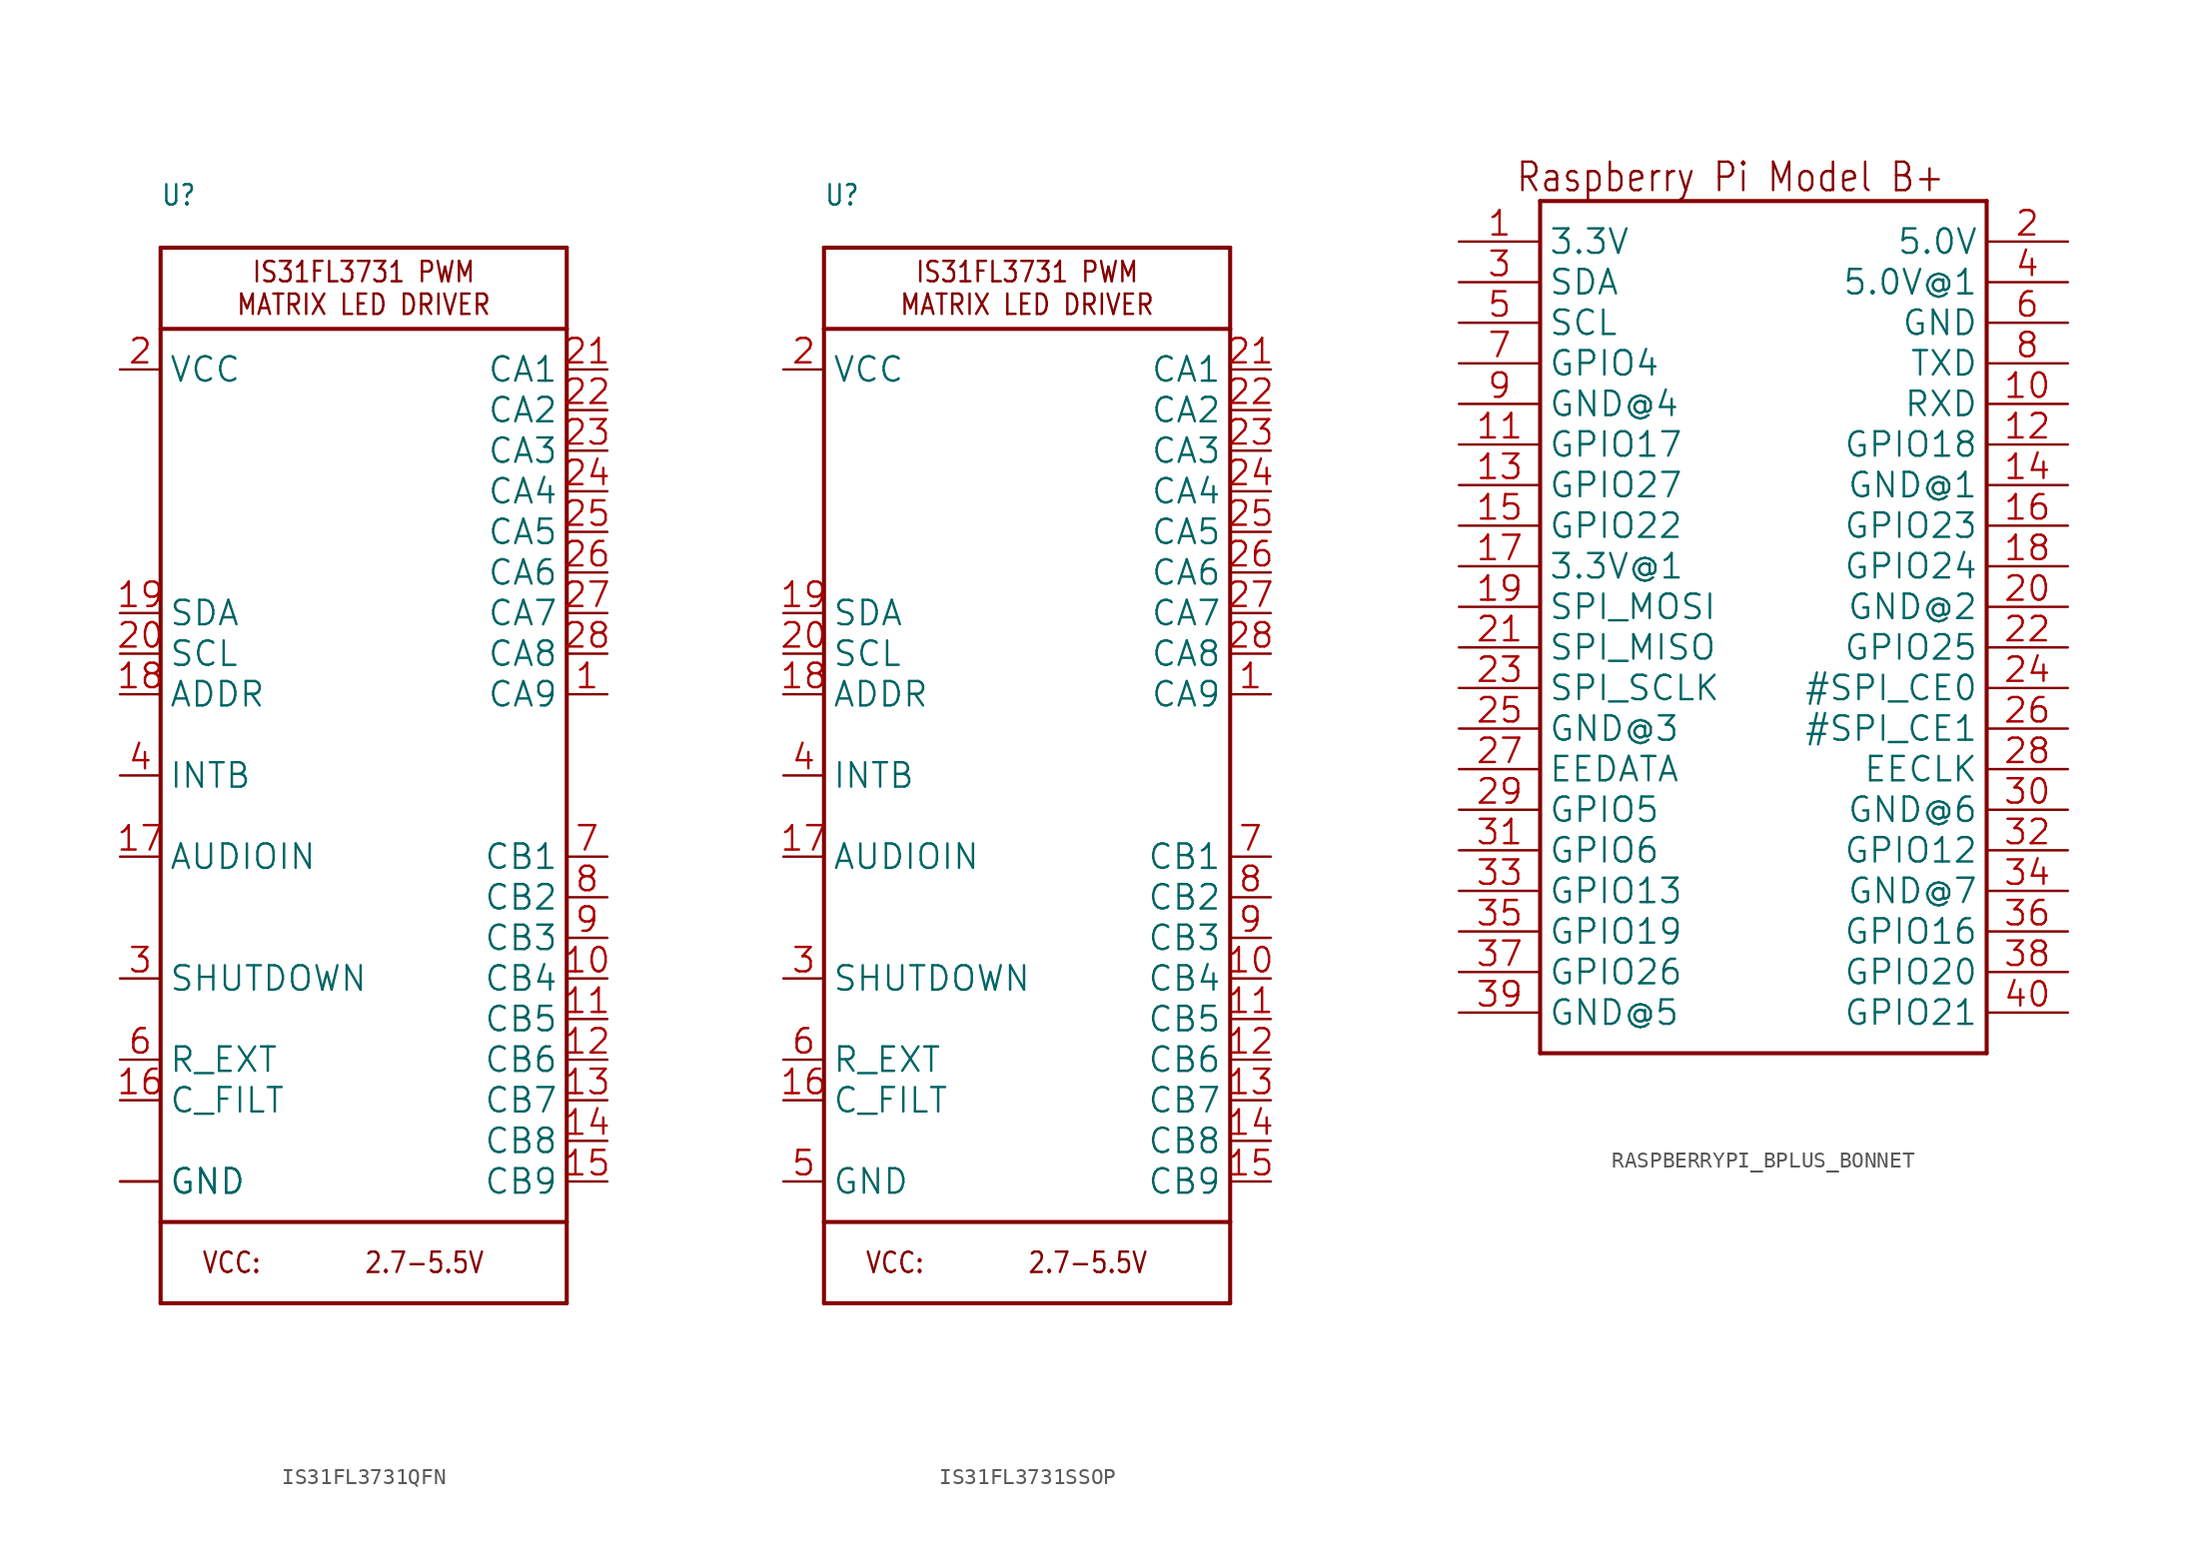
<source format=kicad_sym>
(kicad_symbol_lib
  (version 20241209)
  (generator "kicad_symbol_editor")
  (generator_version "9.0")
  (symbol "IS31FL3731QFN"
    (property "Reference" "U"
      (at -12.7 35.56 0)
      (effects (font (size 1.27 1.079)) (justify left bottom)))
    (property "Value" ""
      (at -12.7 -35.56 0)
      (effects (font (size 1.27 1.079)) (justify left bottom)))
    (property "ki_locked" ""
      (at 0 0 0)
      (effects (font (size 1.27 1.27))))
    (symbol "IS31FL3731QFN_1_0"
      (polyline (pts (xy -12.7 33.02) (xy -12.7 27.94)) (stroke (width 0.254) (type solid)) (fill (type none)))
      (polyline (pts (xy -12.7 33.02) (xy 12.7 33.02)) (stroke (width 0.254) (type solid)) (fill (type none)))
      (polyline (pts (xy -12.7 27.94) (xy 12.7 27.94)) (stroke (width 0.254) (type solid)) (fill (type none)))
      (polyline (pts (xy -12.7 -27.94) (xy -12.7 27.94)) (stroke (width 0.254) (type solid)) (fill (type none)))
      (polyline (pts (xy -12.7 -27.94) (xy -12.7 -33.02)) (stroke (width 0.254) (type solid)) (fill (type none)))
      (polyline (pts (xy 12.7 33.02) (xy 12.7 27.94)) (stroke (width 0.254) (type solid)) (fill (type none)))
      (polyline (pts (xy 12.7 27.94) (xy 12.7 -27.94)) (stroke (width 0.254) (type solid)) (fill (type none)))
      (polyline (pts (xy 12.7 -27.94) (xy -12.7 -27.94)) (stroke (width 0.254) (type solid)) (fill (type none)))
      (polyline (pts (xy 12.7 -27.94) (xy 12.7 -33.02)) (stroke (width 0.254) (type solid)) (fill (type none)))
      (polyline (pts (xy 12.7 -33.02) (xy -12.7 -33.02)) (stroke (width 0.254) (type solid)) (fill (type none)))
      (text "VCC:" (at -10.16 -30.48 0) (effects (font (size 1.27 1.079)) (justify left)))
      (text "IS31FL3731 PWM\nMATRIX LED DRIVER" (at 0 30.48 0) (effects (font (size 1.27 1.079))))
      (text "2.7-5.5V" (at 0 -30.48 0) (effects (font (size 1.27 1.079)) (justify left)))
      (pin power_in line (at -15.24 25.4 0) (length 2.54) (name "VCC" (effects (font (size 1.524 1.524)))) (number "2" (effects (font (size 1.524 1.524)))))
      (pin bidirectional line (at -15.24 10.16 0) (length 2.54) (name "SDA" (effects (font (size 1.524 1.524)))) (number "19" (effects (font (size 1.524 1.524)))))
      (pin bidirectional line (at -15.24 7.62 0) (length 2.54) (name "SCL" (effects (font (size 1.524 1.524)))) (number "20" (effects (font (size 1.524 1.524)))))
      (pin bidirectional line (at -15.24 5.08 0) (length 2.54) (name "ADDR" (effects (font (size 1.524 1.524)))) (number "18" (effects (font (size 1.524 1.524)))))
      (pin output line (at -15.24 0 0) (length 2.54) (name "INTB" (effects (font (size 1.524 1.524)))) (number "4" (effects (font (size 1.524 1.524)))))
      (pin input line (at -15.24 -5.08 0) (length 2.54) (name "AUDIOIN" (effects (font (size 1.524 1.524)))) (number "17" (effects (font (size 1.524 1.524)))))
      (pin input line (at -15.24 -12.7 0) (length 2.54) (name "SHUTDOWN" (effects (font (size 1.524 1.524)))) (number "3" (effects (font (size 1.524 1.524)))))
      (pin bidirectional line (at -15.24 -17.78 0) (length 2.54) (name "R_EXT" (effects (font (size 1.524 1.524)))) (number "6" (effects (font (size 1.524 1.524)))))
      (pin bidirectional line (at -15.24 -20.32 0) (length 2.54) (name "C_FILT" (effects (font (size 1.524 1.524)))) (number "16" (effects (font (size 1.524 1.524)))))
      (pin power_in line (at -15.24 -25.4 0) (length 2.54) (name "GND" (effects (font (size 1.524 1.524)))) (number "5" (effects (font (size 0 0)))))
      (pin power_in line (at -15.24 -25.4 0) (length 2.54) (name "GND" (effects (font (size 1.524 1.524)))) (number "THERMAL" (effects (font (size 0 0)))))
      (pin bidirectional line (at 15.24 25.4 180) (length 2.54) (name "CA1" (effects (font (size 1.524 1.524)))) (number "21" (effects (font (size 1.524 1.524)))))
      (pin bidirectional line (at 15.24 22.86 180) (length 2.54) (name "CA2" (effects (font (size 1.524 1.524)))) (number "22" (effects (font (size 1.524 1.524)))))
      (pin bidirectional line (at 15.24 20.32 180) (length 2.54) (name "CA3" (effects (font (size 1.524 1.524)))) (number "23" (effects (font (size 1.524 1.524)))))
      (pin bidirectional line (at 15.24 17.78 180) (length 2.54) (name "CA4" (effects (font (size 1.524 1.524)))) (number "24" (effects (font (size 1.524 1.524)))))
      (pin bidirectional line (at 15.24 15.24 180) (length 2.54) (name "CA5" (effects (font (size 1.524 1.524)))) (number "25" (effects (font (size 1.524 1.524)))))
      (pin bidirectional line (at 15.24 12.7 180) (length 2.54) (name "CA6" (effects (font (size 1.524 1.524)))) (number "26" (effects (font (size 1.524 1.524)))))
      (pin bidirectional line (at 15.24 10.16 180) (length 2.54) (name "CA7" (effects (font (size 1.524 1.524)))) (number "27" (effects (font (size 1.524 1.524)))))
      (pin bidirectional line (at 15.24 7.62 180) (length 2.54) (name "CA8" (effects (font (size 1.524 1.524)))) (number "28" (effects (font (size 1.524 1.524)))))
      (pin bidirectional line (at 15.24 5.08 180) (length 2.54) (name "CA9" (effects (font (size 1.524 1.524)))) (number "1" (effects (font (size 1.524 1.524)))))
      (pin bidirectional line (at 15.24 -5.08 180) (length 2.54) (name "CB1" (effects (font (size 1.524 1.524)))) (number "7" (effects (font (size 1.524 1.524)))))
      (pin bidirectional line (at 15.24 -7.62 180) (length 2.54) (name "CB2" (effects (font (size 1.524 1.524)))) (number "8" (effects (font (size 1.524 1.524)))))
      (pin bidirectional line (at 15.24 -10.16 180) (length 2.54) (name "CB3" (effects (font (size 1.524 1.524)))) (number "9" (effects (font (size 1.524 1.524)))))
      (pin bidirectional line (at 15.24 -12.7 180) (length 2.54) (name "CB4" (effects (font (size 1.524 1.524)))) (number "10" (effects (font (size 1.524 1.524)))))
      (pin bidirectional line (at 15.24 -15.24 180) (length 2.54) (name "CB5" (effects (font (size 1.524 1.524)))) (number "11" (effects (font (size 1.524 1.524)))))
      (pin bidirectional line (at 15.24 -17.78 180) (length 2.54) (name "CB6" (effects (font (size 1.524 1.524)))) (number "12" (effects (font (size 1.524 1.524)))))
      (pin bidirectional line (at 15.24 -20.32 180) (length 2.54) (name "CB7" (effects (font (size 1.524 1.524)))) (number "13" (effects (font (size 1.524 1.524)))))
      (pin bidirectional line (at 15.24 -22.86 180) (length 2.54) (name "CB8" (effects (font (size 1.524 1.524)))) (number "14" (effects (font (size 1.524 1.524)))))
      (pin bidirectional line (at 15.24 -25.4 180) (length 2.54) (name "CB9" (effects (font (size 1.524 1.524)))) (number "15" (effects (font (size 1.524 1.524)))))))
  (symbol "IS31FL3731SSOP"
    (property "Reference" "U"
      (at -12.7 35.56 0)
      (effects (font (size 1.27 1.079)) (justify left bottom)))
    (property "Value" ""
      (at -12.7 -35.56 0)
      (effects (font (size 1.27 1.079)) (justify left bottom)))
    (property "ki_locked" ""
      (at 0 0 0)
      (effects (font (size 1.27 1.27))))
    (symbol "IS31FL3731SSOP_1_0"
      (polyline (pts (xy -12.7 33.02) (xy -12.7 27.94)) (stroke (width 0.254) (type solid)) (fill (type none)))
      (polyline (pts (xy -12.7 33.02) (xy 12.7 33.02)) (stroke (width 0.254) (type solid)) (fill (type none)))
      (polyline (pts (xy -12.7 27.94) (xy 12.7 27.94)) (stroke (width 0.254) (type solid)) (fill (type none)))
      (polyline (pts (xy -12.7 -27.94) (xy -12.7 27.94)) (stroke (width 0.254) (type solid)) (fill (type none)))
      (polyline (pts (xy -12.7 -27.94) (xy -12.7 -33.02)) (stroke (width 0.254) (type solid)) (fill (type none)))
      (polyline (pts (xy 12.7 33.02) (xy 12.7 27.94)) (stroke (width 0.254) (type solid)) (fill (type none)))
      (polyline (pts (xy 12.7 27.94) (xy 12.7 -27.94)) (stroke (width 0.254) (type solid)) (fill (type none)))
      (polyline (pts (xy 12.7 -27.94) (xy -12.7 -27.94)) (stroke (width 0.254) (type solid)) (fill (type none)))
      (polyline (pts (xy 12.7 -27.94) (xy 12.7 -33.02)) (stroke (width 0.254) (type solid)) (fill (type none)))
      (polyline (pts (xy 12.7 -33.02) (xy -12.7 -33.02)) (stroke (width 0.254) (type solid)) (fill (type none)))
      (text "VCC:" (at -10.16 -30.48 0) (effects (font (size 1.27 1.079)) (justify left)))
      (text "IS31FL3731 PWM\nMATRIX LED DRIVER" (at 0 30.48 0) (effects (font (size 1.27 1.079))))
      (text "2.7-5.5V" (at 0 -30.48 0) (effects (font (size 1.27 1.079)) (justify left)))
      (pin power_in line (at -15.24 25.4 0) (length 2.54) (name "VCC" (effects (font (size 1.524 1.524)))) (number "2" (effects (font (size 1.524 1.524)))))
      (pin bidirectional line (at -15.24 10.16 0) (length 2.54) (name "SDA" (effects (font (size 1.524 1.524)))) (number "19" (effects (font (size 1.524 1.524)))))
      (pin bidirectional line (at -15.24 7.62 0) (length 2.54) (name "SCL" (effects (font (size 1.524 1.524)))) (number "20" (effects (font (size 1.524 1.524)))))
      (pin bidirectional line (at -15.24 5.08 0) (length 2.54) (name "ADDR" (effects (font (size 1.524 1.524)))) (number "18" (effects (font (size 1.524 1.524)))))
      (pin output line (at -15.24 0 0) (length 2.54) (name "INTB" (effects (font (size 1.524 1.524)))) (number "4" (effects (font (size 1.524 1.524)))))
      (pin input line (at -15.24 -5.08 0) (length 2.54) (name "AUDIOIN" (effects (font (size 1.524 1.524)))) (number "17" (effects (font (size 1.524 1.524)))))
      (pin input line (at -15.24 -12.7 0) (length 2.54) (name "SHUTDOWN" (effects (font (size 1.524 1.524)))) (number "3" (effects (font (size 1.524 1.524)))))
      (pin bidirectional line (at -15.24 -17.78 0) (length 2.54) (name "R_EXT" (effects (font (size 1.524 1.524)))) (number "6" (effects (font (size 1.524 1.524)))))
      (pin bidirectional line (at -15.24 -20.32 0) (length 2.54) (name "C_FILT" (effects (font (size 1.524 1.524)))) (number "16" (effects (font (size 1.524 1.524)))))
      (pin power_in line (at -15.24 -25.4 0) (length 2.54) (name "GND" (effects (font (size 1.524 1.524)))) (number "5" (effects (font (size 1.524 1.524)))))
      (pin bidirectional line (at 15.24 25.4 180) (length 2.54) (name "CA1" (effects (font (size 1.524 1.524)))) (number "21" (effects (font (size 1.524 1.524)))))
      (pin bidirectional line (at 15.24 22.86 180) (length 2.54) (name "CA2" (effects (font (size 1.524 1.524)))) (number "22" (effects (font (size 1.524 1.524)))))
      (pin bidirectional line (at 15.24 20.32 180) (length 2.54) (name "CA3" (effects (font (size 1.524 1.524)))) (number "23" (effects (font (size 1.524 1.524)))))
      (pin bidirectional line (at 15.24 17.78 180) (length 2.54) (name "CA4" (effects (font (size 1.524 1.524)))) (number "24" (effects (font (size 1.524 1.524)))))
      (pin bidirectional line (at 15.24 15.24 180) (length 2.54) (name "CA5" (effects (font (size 1.524 1.524)))) (number "25" (effects (font (size 1.524 1.524)))))
      (pin bidirectional line (at 15.24 12.7 180) (length 2.54) (name "CA6" (effects (font (size 1.524 1.524)))) (number "26" (effects (font (size 1.524 1.524)))))
      (pin bidirectional line (at 15.24 10.16 180) (length 2.54) (name "CA7" (effects (font (size 1.524 1.524)))) (number "27" (effects (font (size 1.524 1.524)))))
      (pin bidirectional line (at 15.24 7.62 180) (length 2.54) (name "CA8" (effects (font (size 1.524 1.524)))) (number "28" (effects (font (size 1.524 1.524)))))
      (pin bidirectional line (at 15.24 5.08 180) (length 2.54) (name "CA9" (effects (font (size 1.524 1.524)))) (number "1" (effects (font (size 1.524 1.524)))))
      (pin bidirectional line (at 15.24 -5.08 180) (length 2.54) (name "CB1" (effects (font (size 1.524 1.524)))) (number "7" (effects (font (size 1.524 1.524)))))
      (pin bidirectional line (at 15.24 -7.62 180) (length 2.54) (name "CB2" (effects (font (size 1.524 1.524)))) (number "8" (effects (font (size 1.524 1.524)))))
      (pin bidirectional line (at 15.24 -10.16 180) (length 2.54) (name "CB3" (effects (font (size 1.524 1.524)))) (number "9" (effects (font (size 1.524 1.524)))))
      (pin bidirectional line (at 15.24 -12.7 180) (length 2.54) (name "CB4" (effects (font (size 1.524 1.524)))) (number "10" (effects (font (size 1.524 1.524)))))
      (pin bidirectional line (at 15.24 -15.24 180) (length 2.54) (name "CB5" (effects (font (size 1.524 1.524)))) (number "11" (effects (font (size 1.524 1.524)))))
      (pin bidirectional line (at 15.24 -17.78 180) (length 2.54) (name "CB6" (effects (font (size 1.524 1.524)))) (number "12" (effects (font (size 1.524 1.524)))))
      (pin bidirectional line (at 15.24 -20.32 180) (length 2.54) (name "CB7" (effects (font (size 1.524 1.524)))) (number "13" (effects (font (size 1.524 1.524)))))
      (pin bidirectional line (at 15.24 -22.86 180) (length 2.54) (name "CB8" (effects (font (size 1.524 1.524)))) (number "14" (effects (font (size 1.524 1.524)))))
      (pin bidirectional line (at 15.24 -25.4 180) (length 2.54) (name "CB9" (effects (font (size 1.524 1.524)))) (number "15" (effects (font (size 1.524 1.524)))))))
  (symbol "RASPBERRYPI_BPLUS_BONNET"
    (property "Reference" "RPI"
      (at 0 0 0)
      (effects (font (size 1.27 1.27)) (hide yes)))
    (property "ki_locked" ""
      (at 0 0 0)
      (effects (font (size 1.27 1.27))))
    (symbol "RASPBERRYPI_BPLUS_BONNET_1_0"
      (polyline (pts (xy -12.7 22.86) (xy 15.24 22.86)) (stroke (width 0.254) (type solid)) (fill (type none)))
      (polyline (pts (xy -12.7 -30.48) (xy -12.7 22.86)) (stroke (width 0.254) (type solid)) (fill (type none)))
      (polyline (pts (xy 15.24 22.86) (xy 15.24 -30.48)) (stroke (width 0.254) (type solid)) (fill (type none)))
      (polyline (pts (xy 15.24 -30.48) (xy -12.7 -30.48)) (stroke (width 0.254) (type solid)) (fill (type none)))
      (text "Raspberry Pi Model B+" (at 12.7 25.4 0) (effects (font (size 1.778 1.511)) (justify right top)))
      (pin power_in line (at -17.78 20.32 0) (length 5.08) (name "3.3V" (effects (font (size 1.524 1.524)))) (number "1" (effects (font (size 1.524 1.524)))))
      (pin bidirectional line (at -17.78 17.78 0) (length 5.08) (name "SDA" (effects (font (size 1.524 1.524)))) (number "3" (effects (font (size 1.524 1.524)))))
      (pin bidirectional line (at -17.78 15.24 0) (length 5.08) (name "SCL" (effects (font (size 1.524 1.524)))) (number "5" (effects (font (size 1.524 1.524)))))
      (pin bidirectional line (at -17.78 12.7 0) (length 5.08) (name "GPIO4" (effects (font (size 1.524 1.524)))) (number "7" (effects (font (size 1.524 1.524)))))
      (pin power_in line (at -17.78 10.16 0) (length 5.08) (name "GND@4" (effects (font (size 1.524 1.524)))) (number "9" (effects (font (size 1.524 1.524)))))
      (pin bidirectional line (at -17.78 7.62 0) (length 5.08) (name "GPIO17" (effects (font (size 1.524 1.524)))) (number "11" (effects (font (size 1.524 1.524)))))
      (pin bidirectional line (at -17.78 5.08 0) (length 5.08) (name "GPIO27" (effects (font (size 1.524 1.524)))) (number "13" (effects (font (size 1.524 1.524)))))
      (pin bidirectional line (at -17.78 2.54 0) (length 5.08) (name "GPIO22" (effects (font (size 1.524 1.524)))) (number "15" (effects (font (size 1.524 1.524)))))
      (pin power_in line (at -17.78 0 0) (length 5.08) (name "3.3V@1" (effects (font (size 1.524 1.524)))) (number "17" (effects (font (size 1.524 1.524)))))
      (pin bidirectional line (at -17.78 -2.54 0) (length 5.08) (name "SPI_MOSI" (effects (font (size 1.524 1.524)))) (number "19" (effects (font (size 1.524 1.524)))))
      (pin bidirectional line (at -17.78 -5.08 0) (length 5.08) (name "SPI_MISO" (effects (font (size 1.524 1.524)))) (number "21" (effects (font (size 1.524 1.524)))))
      (pin bidirectional line (at -17.78 -7.62 0) (length 5.08) (name "SPI_SCLK" (effects (font (size 1.524 1.524)))) (number "23" (effects (font (size 1.524 1.524)))))
      (pin power_in line (at -17.78 -10.16 0) (length 5.08) (name "GND@3" (effects (font (size 1.524 1.524)))) (number "25" (effects (font (size 1.524 1.524)))))
      (pin bidirectional line (at -17.78 -12.7 0) (length 5.08) (name "EEDATA" (effects (font (size 1.524 1.524)))) (number "27" (effects (font (size 1.524 1.524)))))
      (pin bidirectional line (at -17.78 -15.24 0) (length 5.08) (name "GPIO5" (effects (font (size 1.524 1.524)))) (number "29" (effects (font (size 1.524 1.524)))))
      (pin bidirectional line (at -17.78 -17.78 0) (length 5.08) (name "GPIO6" (effects (font (size 1.524 1.524)))) (number "31" (effects (font (size 1.524 1.524)))))
      (pin bidirectional line (at -17.78 -20.32 0) (length 5.08) (name "GPIO13" (effects (font (size 1.524 1.524)))) (number "33" (effects (font (size 1.524 1.524)))))
      (pin bidirectional line (at -17.78 -22.86 0) (length 5.08) (name "GPIO19" (effects (font (size 1.524 1.524)))) (number "35" (effects (font (size 1.524 1.524)))))
      (pin bidirectional line (at -17.78 -25.4 0) (length 5.08) (name "GPIO26" (effects (font (size 1.524 1.524)))) (number "37" (effects (font (size 1.524 1.524)))))
      (pin power_in line (at -17.78 -27.94 0) (length 5.08) (name "GND@5" (effects (font (size 1.524 1.524)))) (number "39" (effects (font (size 1.524 1.524)))))
      (pin power_in line (at 20.32 20.32 180) (length 5.08) (name "5.0V" (effects (font (size 1.524 1.524)))) (number "2" (effects (font (size 1.524 1.524)))))
      (pin power_in line (at 20.32 17.78 180) (length 5.08) (name "5.0V@1" (effects (font (size 1.524 1.524)))) (number "4" (effects (font (size 1.524 1.524)))))
      (pin power_in line (at 20.32 15.24 180) (length 5.08) (name "GND" (effects (font (size 1.524 1.524)))) (number "6" (effects (font (size 1.524 1.524)))))
      (pin bidirectional line (at 20.32 12.7 180) (length 5.08) (name "TXD" (effects (font (size 1.524 1.524)))) (number "8" (effects (font (size 1.524 1.524)))))
      (pin bidirectional line (at 20.32 10.16 180) (length 5.08) (name "RXD" (effects (font (size 1.524 1.524)))) (number "10" (effects (font (size 1.524 1.524)))))
      (pin bidirectional line (at 20.32 7.62 180) (length 5.08) (name "GPIO18" (effects (font (size 1.524 1.524)))) (number "12" (effects (font (size 1.524 1.524)))))
      (pin power_in line (at 20.32 5.08 180) (length 5.08) (name "GND@1" (effects (font (size 1.524 1.524)))) (number "14" (effects (font (size 1.524 1.524)))))
      (pin bidirectional line (at 20.32 2.54 180) (length 5.08) (name "GPIO23" (effects (font (size 1.524 1.524)))) (number "16" (effects (font (size 1.524 1.524)))))
      (pin bidirectional line (at 20.32 0 180) (length 5.08) (name "GPIO24" (effects (font (size 1.524 1.524)))) (number "18" (effects (font (size 1.524 1.524)))))
      (pin power_in line (at 20.32 -2.54 180) (length 5.08) (name "GND@2" (effects (font (size 1.524 1.524)))) (number "20" (effects (font (size 1.524 1.524)))))
      (pin bidirectional line (at 20.32 -5.08 180) (length 5.08) (name "GPIO25" (effects (font (size 1.524 1.524)))) (number "22" (effects (font (size 1.524 1.524)))))
      (pin bidirectional line (at 20.32 -7.62 180) (length 5.08) (name "#SPI_CE0" (effects (font (size 1.524 1.524)))) (number "24" (effects (font (size 1.524 1.524)))))
      (pin bidirectional line (at 20.32 -10.16 180) (length 5.08) (name "#SPI_CE1" (effects (font (size 1.524 1.524)))) (number "26" (effects (font (size 1.524 1.524)))))
      (pin bidirectional line (at 20.32 -12.7 180) (length 5.08) (name "EECLK" (effects (font (size 1.524 1.524)))) (number "28" (effects (font (size 1.524 1.524)))))
      (pin power_in line (at 20.32 -15.24 180) (length 5.08) (name "GND@6" (effects (font (size 1.524 1.524)))) (number "30" (effects (font (size 1.524 1.524)))))
      (pin bidirectional line (at 20.32 -17.78 180) (length 5.08) (name "GPIO12" (effects (font (size 1.524 1.524)))) (number "32" (effects (font (size 1.524 1.524)))))
      (pin power_in line (at 20.32 -20.32 180) (length 5.08) (name "GND@7" (effects (font (size 1.524 1.524)))) (number "34" (effects (font (size 1.524 1.524)))))
      (pin bidirectional line (at 20.32 -22.86 180) (length 5.08) (name "GPIO16" (effects (font (size 1.524 1.524)))) (number "36" (effects (font (size 1.524 1.524)))))
      (pin bidirectional line (at 20.32 -25.4 180) (length 5.08) (name "GPIO20" (effects (font (size 1.524 1.524)))) (number "38" (effects (font (size 1.524 1.524)))))
      (pin bidirectional line (at 20.32 -27.94 180) (length 5.08) (name "GPIO21" (effects (font (size 1.524 1.524)))) (number "40" (effects (font (size 1.524 1.524))))))))
</source>
